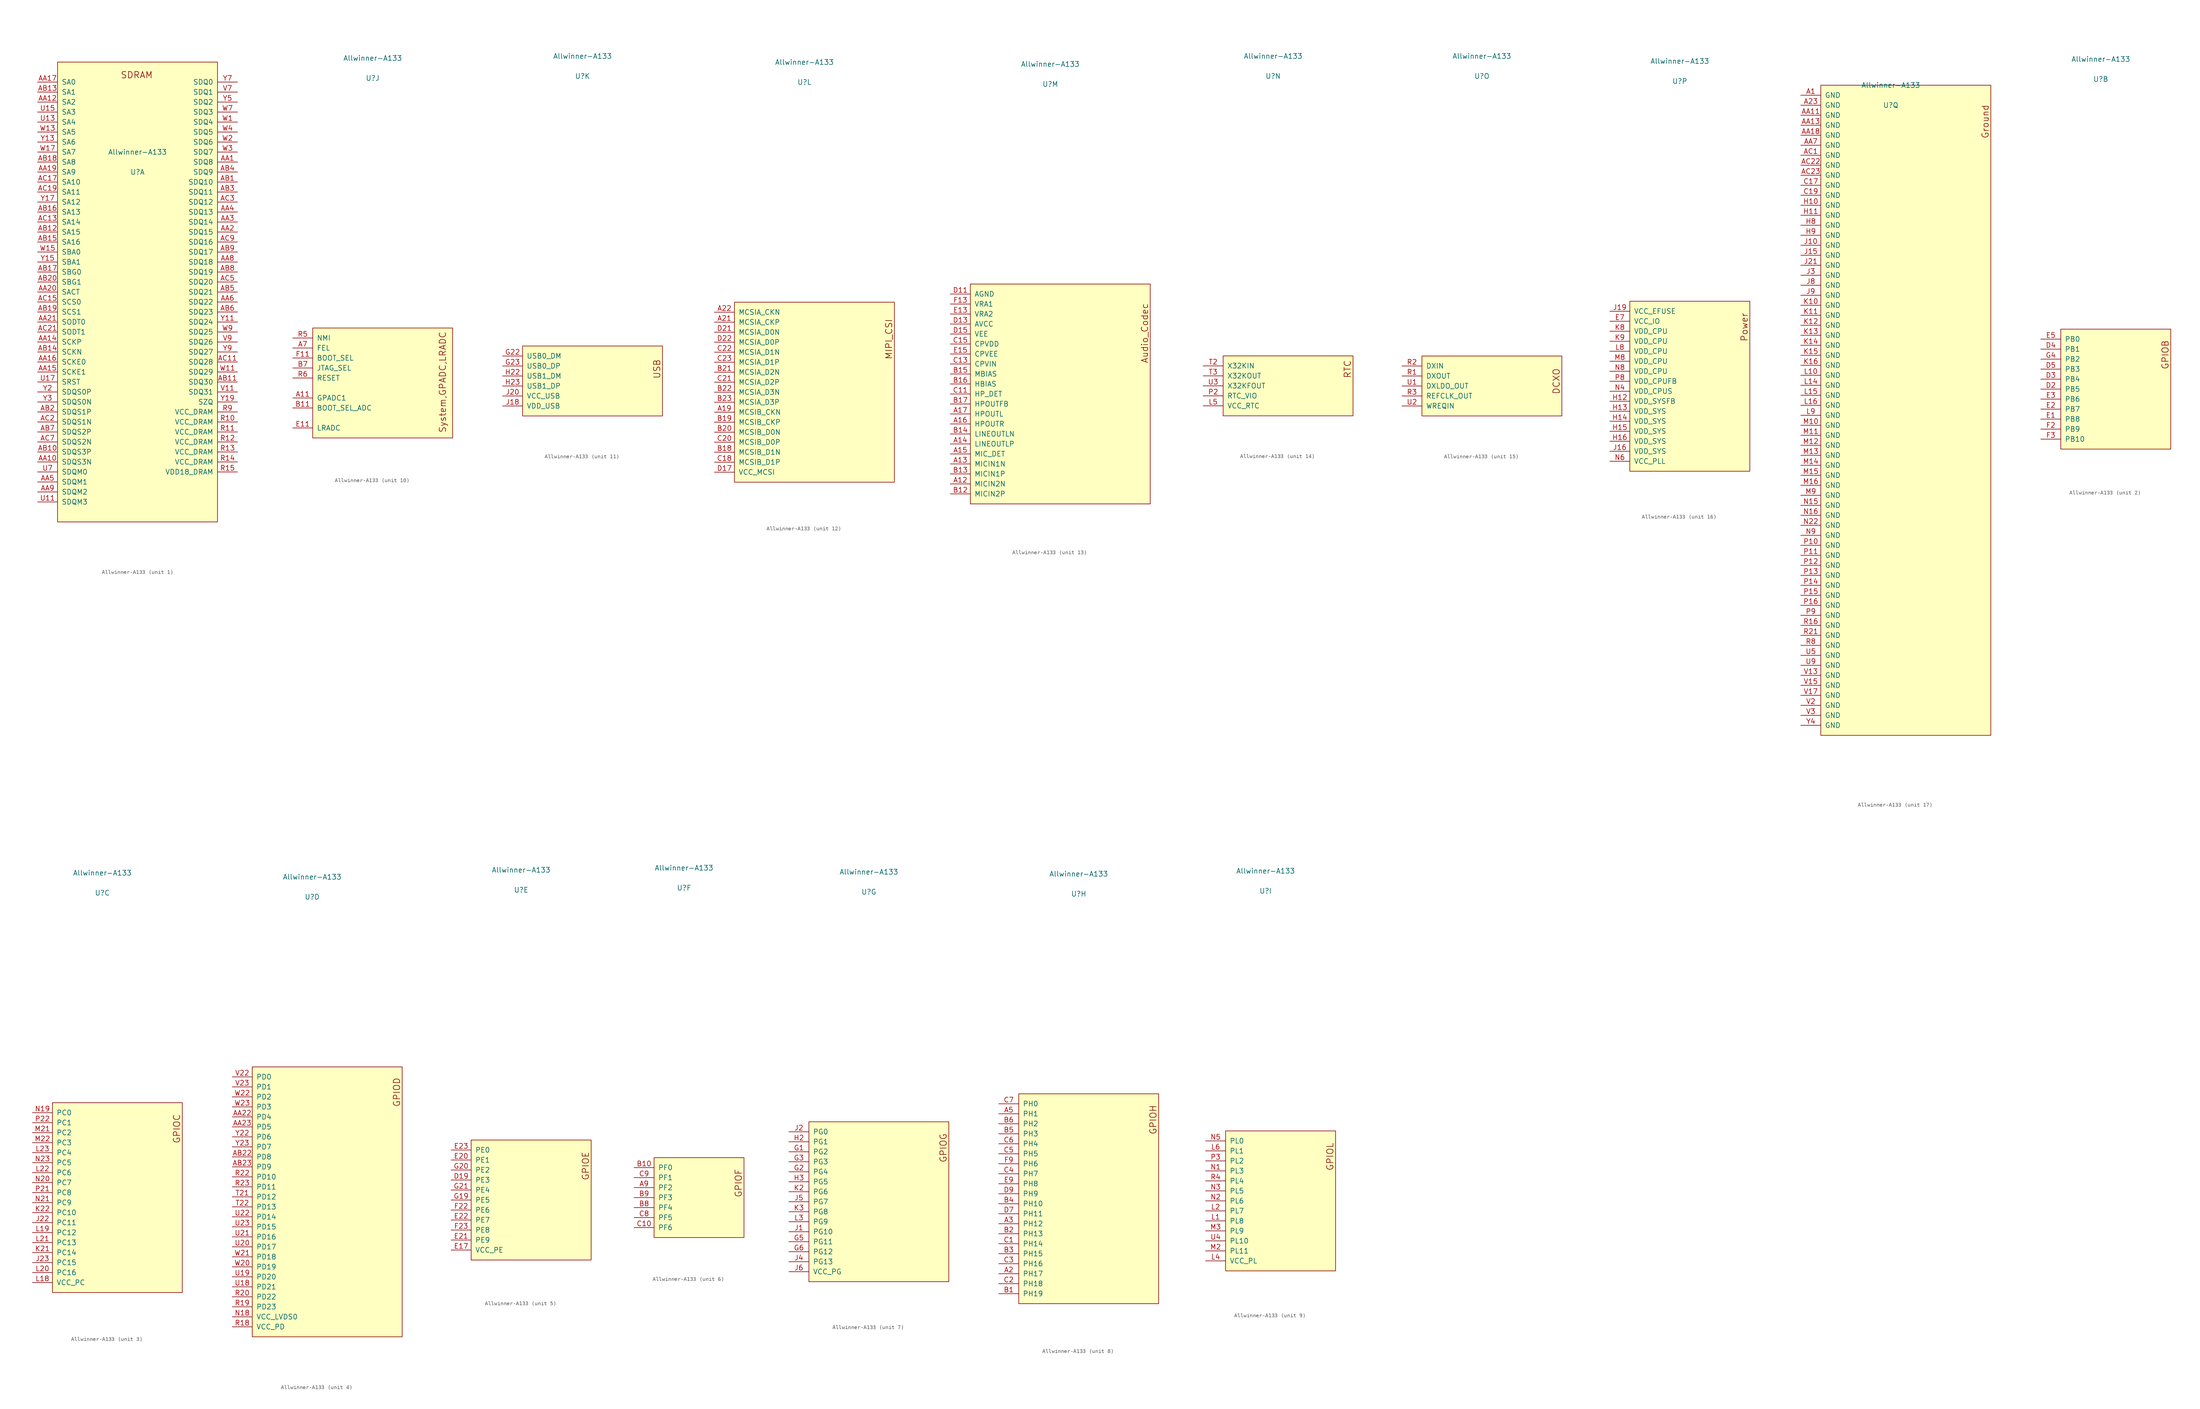
<source format=kicad_sym>
(kicad_symbol_lib
  (version 20211014)
  (generator kicad_symbol_editor)
  (symbol "Allwinner-A133"
    (pin_names
      (offset 1.016))
    (property "Reference" "U"
      (at 0 78.74 0)
      (effects (font (size 1.27 1.27))))
    (property "Value" "Allwinner-A133"
      (at 0 83.82 0)
      (effects (font (size 1.27 1.27))))
    (symbol "Allwinner-A133_1_1"
      (rectangle (start -20.32 106.68) (end 20.32 -10.16) (stroke (width 0.152) (type default) (color 0 0 0 0)) (fill (type background)))
      (text "SDRAM" (at -4.318 103.403 0) (effects (font (size 1.626 1.626)) (justify left)))
      (pin bidirectional line (at 25.4 81.28 180) (length 5.08) (name "SDQ8" (effects (font (size 1.27 1.27)))) (number "AA1" (effects (font (size 1.27 1.27)))))
      (pin bidirectional line (at -25.4 5.08 0) (length 5.08) (name "SDQS3N" (effects (font (size 1.27 1.27)))) (number "AA10" (effects (font (size 1.27 1.27)))))
      (pin bidirectional line (at -25.4 96.52 0) (length 5.08) (name "SA2" (effects (font (size 1.27 1.27)))) (number "AA12" (effects (font (size 1.27 1.27)))))
      (pin bidirectional line (at -25.4 35.56 0) (length 5.08) (name "SCKP" (effects (font (size 1.27 1.27)))) (number "AA14" (effects (font (size 1.27 1.27)))))
      (pin bidirectional line (at -25.4 27.94 0) (length 5.08) (name "SCKE1" (effects (font (size 1.27 1.27)))) (number "AA15" (effects (font (size 1.27 1.27)))))
      (pin bidirectional line (at -25.4 30.48 0) (length 5.08) (name "SCKE0" (effects (font (size 1.27 1.27)))) (number "AA16" (effects (font (size 1.27 1.27)))))
      (pin bidirectional line (at -25.4 101.6 0) (length 5.08) (name "SA0" (effects (font (size 1.27 1.27)))) (number "AA17" (effects (font (size 1.27 1.27)))))
      (pin bidirectional line (at -25.4 78.74 0) (length 5.08) (name "SA9" (effects (font (size 1.27 1.27)))) (number "AA19" (effects (font (size 1.27 1.27)))))
      (pin bidirectional line (at 25.4 63.5 180) (length 5.08) (name "SDQ15" (effects (font (size 1.27 1.27)))) (number "AA2" (effects (font (size 1.27 1.27)))))
      (pin bidirectional line (at -25.4 48.26 0) (length 5.08) (name "SACT" (effects (font (size 1.27 1.27)))) (number "AA20" (effects (font (size 1.27 1.27)))))
      (pin bidirectional line (at -25.4 40.64 0) (length 5.08) (name "SODT0" (effects (font (size 1.27 1.27)))) (number "AA21" (effects (font (size 1.27 1.27)))))
      (pin bidirectional line (at 25.4 66.04 180) (length 5.08) (name "SDQ14" (effects (font (size 1.27 1.27)))) (number "AA3" (effects (font (size 1.27 1.27)))))
      (pin bidirectional line (at 25.4 68.58 180) (length 5.08) (name "SDQ13" (effects (font (size 1.27 1.27)))) (number "AA4" (effects (font (size 1.27 1.27)))))
      (pin bidirectional line (at -25.4 0 0) (length 5.08) (name "SDQM1" (effects (font (size 1.27 1.27)))) (number "AA5" (effects (font (size 1.27 1.27)))))
      (pin bidirectional line (at 25.4 45.72 180) (length 5.08) (name "SDQ22" (effects (font (size 1.27 1.27)))) (number "AA6" (effects (font (size 1.27 1.27)))))
      (pin bidirectional line (at 25.4 55.88 180) (length 5.08) (name "SDQ18" (effects (font (size 1.27 1.27)))) (number "AA8" (effects (font (size 1.27 1.27)))))
      (pin bidirectional line (at -25.4 -2.54 0) (length 5.08) (name "SDQM2" (effects (font (size 1.27 1.27)))) (number "AA9" (effects (font (size 1.27 1.27)))))
      (pin bidirectional line (at 25.4 76.2 180) (length 5.08) (name "SDQ10" (effects (font (size 1.27 1.27)))) (number "AB1" (effects (font (size 1.27 1.27)))))
      (pin bidirectional line (at -25.4 7.62 0) (length 5.08) (name "SDQS3P" (effects (font (size 1.27 1.27)))) (number "AB10" (effects (font (size 1.27 1.27)))))
      (pin bidirectional line (at 25.4 25.4 180) (length 5.08) (name "SDQ30" (effects (font (size 1.27 1.27)))) (number "AB11" (effects (font (size 1.27 1.27)))))
      (pin bidirectional line (at -25.4 63.5 0) (length 5.08) (name "SA15" (effects (font (size 1.27 1.27)))) (number "AB12" (effects (font (size 1.27 1.27)))))
      (pin bidirectional line (at -25.4 99.06 0) (length 5.08) (name "SA1" (effects (font (size 1.27 1.27)))) (number "AB13" (effects (font (size 1.27 1.27)))))
      (pin bidirectional line (at -25.4 33.02 0) (length 5.08) (name "SCKN" (effects (font (size 1.27 1.27)))) (number "AB14" (effects (font (size 1.27 1.27)))))
      (pin bidirectional line (at -25.4 60.96 0) (length 5.08) (name "SA16" (effects (font (size 1.27 1.27)))) (number "AB15" (effects (font (size 1.27 1.27)))))
      (pin bidirectional line (at -25.4 68.58 0) (length 5.08) (name "SA13" (effects (font (size 1.27 1.27)))) (number "AB16" (effects (font (size 1.27 1.27)))))
      (pin bidirectional line (at -25.4 53.34 0) (length 5.08) (name "SBG0" (effects (font (size 1.27 1.27)))) (number "AB17" (effects (font (size 1.27 1.27)))))
      (pin bidirectional line (at -25.4 81.28 0) (length 5.08) (name "SA8" (effects (font (size 1.27 1.27)))) (number "AB18" (effects (font (size 1.27 1.27)))))
      (pin bidirectional line (at -25.4 43.18 0) (length 5.08) (name "SCS1" (effects (font (size 1.27 1.27)))) (number "AB19" (effects (font (size 1.27 1.27)))))
      (pin bidirectional line (at -25.4 17.78 0) (length 5.08) (name "SDQS1P" (effects (font (size 1.27 1.27)))) (number "AB2" (effects (font (size 1.27 1.27)))))
      (pin bidirectional line (at -25.4 50.8 0) (length 5.08) (name "SBG1" (effects (font (size 1.27 1.27)))) (number "AB20" (effects (font (size 1.27 1.27)))))
      (pin bidirectional line (at 25.4 73.66 180) (length 5.08) (name "SDQ11" (effects (font (size 1.27 1.27)))) (number "AB3" (effects (font (size 1.27 1.27)))))
      (pin bidirectional line (at 25.4 78.74 180) (length 5.08) (name "SDQ9" (effects (font (size 1.27 1.27)))) (number "AB4" (effects (font (size 1.27 1.27)))))
      (pin bidirectional line (at 25.4 48.26 180) (length 5.08) (name "SDQ21" (effects (font (size 1.27 1.27)))) (number "AB5" (effects (font (size 1.27 1.27)))))
      (pin bidirectional line (at 25.4 43.18 180) (length 5.08) (name "SDQ23" (effects (font (size 1.27 1.27)))) (number "AB6" (effects (font (size 1.27 1.27)))))
      (pin bidirectional line (at -25.4 12.7 0) (length 5.08) (name "SDQS2P" (effects (font (size 1.27 1.27)))) (number "AB7" (effects (font (size 1.27 1.27)))))
      (pin bidirectional line (at 25.4 53.34 180) (length 5.08) (name "SDQ19" (effects (font (size 1.27 1.27)))) (number "AB8" (effects (font (size 1.27 1.27)))))
      (pin bidirectional line (at 25.4 58.42 180) (length 5.08) (name "SDQ17" (effects (font (size 1.27 1.27)))) (number "AB9" (effects (font (size 1.27 1.27)))))
      (pin bidirectional line (at 25.4 30.48 180) (length 5.08) (name "SDQ28" (effects (font (size 1.27 1.27)))) (number "AC11" (effects (font (size 1.27 1.27)))))
      (pin bidirectional line (at -25.4 66.04 0) (length 5.08) (name "SA14" (effects (font (size 1.27 1.27)))) (number "AC13" (effects (font (size 1.27 1.27)))))
      (pin bidirectional line (at -25.4 45.72 0) (length 5.08) (name "SCS0" (effects (font (size 1.27 1.27)))) (number "AC15" (effects (font (size 1.27 1.27)))))
      (pin bidirectional line (at -25.4 76.2 0) (length 5.08) (name "SA10" (effects (font (size 1.27 1.27)))) (number "AC17" (effects (font (size 1.27 1.27)))))
      (pin bidirectional line (at -25.4 73.66 0) (length 5.08) (name "SA11" (effects (font (size 1.27 1.27)))) (number "AC19" (effects (font (size 1.27 1.27)))))
      (pin bidirectional line (at -25.4 15.24 0) (length 5.08) (name "SDQS1N" (effects (font (size 1.27 1.27)))) (number "AC2" (effects (font (size 1.27 1.27)))))
      (pin bidirectional line (at -25.4 38.1 0) (length 5.08) (name "SODT1" (effects (font (size 1.27 1.27)))) (number "AC21" (effects (font (size 1.27 1.27)))))
      (pin bidirectional line (at 25.4 71.12 180) (length 5.08) (name "SDQ12" (effects (font (size 1.27 1.27)))) (number "AC3" (effects (font (size 1.27 1.27)))))
      (pin bidirectional line (at 25.4 50.8 180) (length 5.08) (name "SDQ20" (effects (font (size 1.27 1.27)))) (number "AC5" (effects (font (size 1.27 1.27)))))
      (pin bidirectional line (at -25.4 10.16 0) (length 5.08) (name "SDQS2N" (effects (font (size 1.27 1.27)))) (number "AC7" (effects (font (size 1.27 1.27)))))
      (pin bidirectional line (at 25.4 60.96 180) (length 5.08) (name "SDQ16" (effects (font (size 1.27 1.27)))) (number "AC9" (effects (font (size 1.27 1.27)))))
      (pin bidirectional line (at 25.4 15.24 180) (length 5.08) (name "VCC_DRAM" (effects (font (size 1.27 1.27)))) (number "R10" (effects (font (size 1.27 1.27)))))
      (pin bidirectional line (at 25.4 12.7 180) (length 5.08) (name "VCC_DRAM" (effects (font (size 1.27 1.27)))) (number "R11" (effects (font (size 1.27 1.27)))))
      (pin bidirectional line (at 25.4 10.16 180) (length 5.08) (name "VCC_DRAM" (effects (font (size 1.27 1.27)))) (number "R12" (effects (font (size 1.27 1.27)))))
      (pin bidirectional line (at 25.4 7.62 180) (length 5.08) (name "VCC_DRAM" (effects (font (size 1.27 1.27)))) (number "R13" (effects (font (size 1.27 1.27)))))
      (pin bidirectional line (at 25.4 5.08 180) (length 5.08) (name "VCC_DRAM" (effects (font (size 1.27 1.27)))) (number "R14" (effects (font (size 1.27 1.27)))))
      (pin bidirectional line (at 25.4 2.54 180) (length 5.08) (name "VDD18_DRAM" (effects (font (size 1.27 1.27)))) (number "R15" (effects (font (size 1.27 1.27)))))
      (pin bidirectional line (at 25.4 17.78 180) (length 5.08) (name "VCC_DRAM" (effects (font (size 1.27 1.27)))) (number "R9" (effects (font (size 1.27 1.27)))))
      (pin bidirectional line (at -25.4 -5.08 0) (length 5.08) (name "SDQM3" (effects (font (size 1.27 1.27)))) (number "U11" (effects (font (size 1.27 1.27)))))
      (pin bidirectional line (at -25.4 91.44 0) (length 5.08) (name "SA4" (effects (font (size 1.27 1.27)))) (number "U13" (effects (font (size 1.27 1.27)))))
      (pin bidirectional line (at -25.4 93.98 0) (length 5.08) (name "SA3" (effects (font (size 1.27 1.27)))) (number "U15" (effects (font (size 1.27 1.27)))))
      (pin bidirectional line (at -25.4 25.4 0) (length 5.08) (name "SRST" (effects (font (size 1.27 1.27)))) (number "U17" (effects (font (size 1.27 1.27)))))
      (pin bidirectional line (at -25.4 2.54 0) (length 5.08) (name "SDQM0" (effects (font (size 1.27 1.27)))) (number "U7" (effects (font (size 1.27 1.27)))))
      (pin bidirectional line (at 25.4 22.86 180) (length 5.08) (name "SDQ31" (effects (font (size 1.27 1.27)))) (number "V11" (effects (font (size 1.27 1.27)))))
      (pin bidirectional line (at 25.4 99.06 180) (length 5.08) (name "SDQ1" (effects (font (size 1.27 1.27)))) (number "V7" (effects (font (size 1.27 1.27)))))
      (pin bidirectional line (at 25.4 35.56 180) (length 5.08) (name "SDQ26" (effects (font (size 1.27 1.27)))) (number "V9" (effects (font (size 1.27 1.27)))))
      (pin bidirectional line (at 25.4 91.44 180) (length 5.08) (name "SDQ4" (effects (font (size 1.27 1.27)))) (number "W1" (effects (font (size 1.27 1.27)))))
      (pin bidirectional line (at 25.4 27.94 180) (length 5.08) (name "SDQ29" (effects (font (size 1.27 1.27)))) (number "W11" (effects (font (size 1.27 1.27)))))
      (pin bidirectional line (at -25.4 88.9 0) (length 5.08) (name "SA5" (effects (font (size 1.27 1.27)))) (number "W13" (effects (font (size 1.27 1.27)))))
      (pin bidirectional line (at -25.4 58.42 0) (length 5.08) (name "SBA0" (effects (font (size 1.27 1.27)))) (number "W15" (effects (font (size 1.27 1.27)))))
      (pin bidirectional line (at -25.4 83.82 0) (length 5.08) (name "SA7" (effects (font (size 1.27 1.27)))) (number "W17" (effects (font (size 1.27 1.27)))))
      (pin bidirectional line (at 25.4 86.36 180) (length 5.08) (name "SDQ6" (effects (font (size 1.27 1.27)))) (number "W2" (effects (font (size 1.27 1.27)))))
      (pin bidirectional line (at 25.4 83.82 180) (length 5.08) (name "SDQ7" (effects (font (size 1.27 1.27)))) (number "W3" (effects (font (size 1.27 1.27)))))
      (pin bidirectional line (at 25.4 88.9 180) (length 5.08) (name "SDQ5" (effects (font (size 1.27 1.27)))) (number "W4" (effects (font (size 1.27 1.27)))))
      (pin bidirectional line (at 25.4 93.98 180) (length 5.08) (name "SDQ3" (effects (font (size 1.27 1.27)))) (number "W7" (effects (font (size 1.27 1.27)))))
      (pin bidirectional line (at 25.4 38.1 180) (length 5.08) (name "SDQ25" (effects (font (size 1.27 1.27)))) (number "W9" (effects (font (size 1.27 1.27)))))
      (pin bidirectional line (at 25.4 40.64 180) (length 5.08) (name "SDQ24" (effects (font (size 1.27 1.27)))) (number "Y11" (effects (font (size 1.27 1.27)))))
      (pin bidirectional line (at -25.4 86.36 0) (length 5.08) (name "SA6" (effects (font (size 1.27 1.27)))) (number "Y13" (effects (font (size 1.27 1.27)))))
      (pin bidirectional line (at -25.4 55.88 0) (length 5.08) (name "SBA1" (effects (font (size 1.27 1.27)))) (number "Y15" (effects (font (size 1.27 1.27)))))
      (pin bidirectional line (at -25.4 71.12 0) (length 5.08) (name "SA12" (effects (font (size 1.27 1.27)))) (number "Y17" (effects (font (size 1.27 1.27)))))
      (pin bidirectional line (at 25.4 20.32 180) (length 5.08) (name "SZQ" (effects (font (size 1.27 1.27)))) (number "Y19" (effects (font (size 1.27 1.27)))))
      (pin bidirectional line (at -25.4 22.86 0) (length 5.08) (name "SDQS0P" (effects (font (size 1.27 1.27)))) (number "Y2" (effects (font (size 1.27 1.27)))))
      (pin bidirectional line (at -25.4 20.32 0) (length 5.08) (name "SDQS0N" (effects (font (size 1.27 1.27)))) (number "Y3" (effects (font (size 1.27 1.27)))))
      (pin bidirectional line (at 25.4 96.52 180) (length 5.08) (name "SDQ2" (effects (font (size 1.27 1.27)))) (number "Y5" (effects (font (size 1.27 1.27)))))
      (pin bidirectional line (at 25.4 101.6 180) (length 5.08) (name "SDQ0" (effects (font (size 1.27 1.27)))) (number "Y7" (effects (font (size 1.27 1.27)))))
      (pin bidirectional line (at 25.4 33.02 180) (length 5.08) (name "SDQ27" (effects (font (size 1.27 1.27)))) (number "Y9" (effects (font (size 1.27 1.27))))))
    (symbol "Allwinner-A133_2_1"
      (rectangle (start -10.16 15.24) (end 17.78 -15.24) (stroke (width 0.152) (type default) (color 0 0 0 0)) (fill (type background)))
      (text "GPIOB" (at 16.383 4.953 900) (effects (font (size 1.626 1.626)) (justify left)))
      (pin bidirectional line (at -15.24 0 0) (length 5.08) (name "PB5" (effects (font (size 1.27 1.27)))) (number "D2" (effects (font (size 1.27 1.27)))))
      (pin bidirectional line (at -15.24 2.54 0) (length 5.08) (name "PB4" (effects (font (size 1.27 1.27)))) (number "D3" (effects (font (size 1.27 1.27)))))
      (pin bidirectional line (at -15.24 10.16 0) (length 5.08) (name "PB1" (effects (font (size 1.27 1.27)))) (number "D4" (effects (font (size 1.27 1.27)))))
      (pin bidirectional line (at -15.24 5.08 0) (length 5.08) (name "PB3" (effects (font (size 1.27 1.27)))) (number "D5" (effects (font (size 1.27 1.27)))))
      (pin bidirectional line (at -15.24 -7.62 0) (length 5.08) (name "PB8" (effects (font (size 1.27 1.27)))) (number "E1" (effects (font (size 1.27 1.27)))))
      (pin bidirectional line (at -15.24 -5.08 0) (length 5.08) (name "PB7" (effects (font (size 1.27 1.27)))) (number "E2" (effects (font (size 1.27 1.27)))))
      (pin bidirectional line (at -15.24 -2.54 0) (length 5.08) (name "PB6" (effects (font (size 1.27 1.27)))) (number "E3" (effects (font (size 1.27 1.27)))))
      (pin bidirectional line (at -15.24 12.7 0) (length 5.08) (name "PB0" (effects (font (size 1.27 1.27)))) (number "E5" (effects (font (size 1.27 1.27)))))
      (pin bidirectional line (at -15.24 -10.16 0) (length 5.08) (name "PB9" (effects (font (size 1.27 1.27)))) (number "F2" (effects (font (size 1.27 1.27)))))
      (pin bidirectional line (at -15.24 -12.7 0) (length 5.08) (name "PB10" (effects (font (size 1.27 1.27)))) (number "F3" (effects (font (size 1.27 1.27)))))
      (pin bidirectional line (at -15.24 7.62 0) (length 5.08) (name "PB2" (effects (font (size 1.27 1.27)))) (number "G4" (effects (font (size 1.27 1.27))))))
    (symbol "Allwinner-A133_3_1"
      (rectangle (start -12.7 25.4) (end 20.32 -22.86) (stroke (width 0.152) (type default) (color 0 0 0 0)) (fill (type background)))
      (text "GPIOC" (at 18.923 14.986 900) (effects (font (size 1.626 1.626)) (justify left)))
      (pin bidirectional line (at -17.78 -5.08 0) (length 5.08) (name "PC11" (effects (font (size 1.27 1.27)))) (number "J22" (effects (font (size 1.27 1.27)))))
      (pin bidirectional line (at -17.78 -15.24 0) (length 5.08) (name "PC15" (effects (font (size 1.27 1.27)))) (number "J23" (effects (font (size 1.27 1.27)))))
      (pin bidirectional line (at -17.78 -12.7 0) (length 5.08) (name "PC14" (effects (font (size 1.27 1.27)))) (number "K21" (effects (font (size 1.27 1.27)))))
      (pin bidirectional line (at -17.78 -2.54 0) (length 5.08) (name "PC10" (effects (font (size 1.27 1.27)))) (number "K22" (effects (font (size 1.27 1.27)))))
      (pin bidirectional line (at -17.78 -20.32 0) (length 5.08) (name "VCC_PC" (effects (font (size 1.27 1.27)))) (number "L18" (effects (font (size 1.27 1.27)))))
      (pin bidirectional line (at -17.78 -7.62 0) (length 5.08) (name "PC12" (effects (font (size 1.27 1.27)))) (number "L19" (effects (font (size 1.27 1.27)))))
      (pin bidirectional line (at -17.78 -17.78 0) (length 5.08) (name "PC16" (effects (font (size 1.27 1.27)))) (number "L20" (effects (font (size 1.27 1.27)))))
      (pin bidirectional line (at -17.78 -10.16 0) (length 5.08) (name "PC13" (effects (font (size 1.27 1.27)))) (number "L21" (effects (font (size 1.27 1.27)))))
      (pin bidirectional line (at -17.78 7.62 0) (length 5.08) (name "PC6" (effects (font (size 1.27 1.27)))) (number "L22" (effects (font (size 1.27 1.27)))))
      (pin bidirectional line (at -17.78 12.7 0) (length 5.08) (name "PC4" (effects (font (size 1.27 1.27)))) (number "L23" (effects (font (size 1.27 1.27)))))
      (pin bidirectional line (at -17.78 17.78 0) (length 5.08) (name "PC2" (effects (font (size 1.27 1.27)))) (number "M21" (effects (font (size 1.27 1.27)))))
      (pin bidirectional line (at -17.78 15.24 0) (length 5.08) (name "PC3" (effects (font (size 1.27 1.27)))) (number "M22" (effects (font (size 1.27 1.27)))))
      (pin bidirectional line (at -17.78 22.86 0) (length 5.08) (name "PC0" (effects (font (size 1.27 1.27)))) (number "N19" (effects (font (size 1.27 1.27)))))
      (pin bidirectional line (at -17.78 5.08 0) (length 5.08) (name "PC7" (effects (font (size 1.27 1.27)))) (number "N20" (effects (font (size 1.27 1.27)))))
      (pin bidirectional line (at -17.78 0 0) (length 5.08) (name "PC9" (effects (font (size 1.27 1.27)))) (number "N21" (effects (font (size 1.27 1.27)))))
      (pin bidirectional line (at -17.78 10.16 0) (length 5.08) (name "PC5" (effects (font (size 1.27 1.27)))) (number "N23" (effects (font (size 1.27 1.27)))))
      (pin bidirectional line (at -17.78 2.54 0) (length 5.08) (name "PC8" (effects (font (size 1.27 1.27)))) (number "P21" (effects (font (size 1.27 1.27)))))
      (pin bidirectional line (at -17.78 20.32 0) (length 5.08) (name "PC1" (effects (font (size 1.27 1.27)))) (number "P22" (effects (font (size 1.27 1.27))))))
    (symbol "Allwinner-A133_4_1"
      (rectangle (start -15.24 35.56) (end 22.86 -33.02) (stroke (width 0.152) (type default) (color 0 0 0 0)) (fill (type background)))
      (text "GPIOD" (at 21.488 25.349 900) (effects (font (size 1.626 1.626)) (justify left)))
      (pin bidirectional line (at -20.32 22.86 0) (length 5.08) (name "PD4" (effects (font (size 1.27 1.27)))) (number "AA22" (effects (font (size 1.27 1.27)))))
      (pin bidirectional line (at -20.32 20.32 0) (length 5.08) (name "PD5" (effects (font (size 1.27 1.27)))) (number "AA23" (effects (font (size 1.27 1.27)))))
      (pin bidirectional line (at -20.32 12.7 0) (length 5.08) (name "PD8" (effects (font (size 1.27 1.27)))) (number "AB22" (effects (font (size 1.27 1.27)))))
      (pin bidirectional line (at -20.32 10.16 0) (length 5.08) (name "PD9" (effects (font (size 1.27 1.27)))) (number "AB23" (effects (font (size 1.27 1.27)))))
      (pin bidirectional line (at -20.32 -27.94 0) (length 5.08) (name "VCC_LVDS0" (effects (font (size 1.27 1.27)))) (number "N18" (effects (font (size 1.27 1.27)))))
      (pin bidirectional line (at -20.32 -30.48 0) (length 5.08) (name "VCC_PD" (effects (font (size 1.27 1.27)))) (number "R18" (effects (font (size 1.27 1.27)))))
      (pin bidirectional line (at -20.32 -25.4 0) (length 5.08) (name "PD23" (effects (font (size 1.27 1.27)))) (number "R19" (effects (font (size 1.27 1.27)))))
      (pin bidirectional line (at -20.32 -22.86 0) (length 5.08) (name "PD22" (effects (font (size 1.27 1.27)))) (number "R20" (effects (font (size 1.27 1.27)))))
      (pin bidirectional line (at -20.32 7.62 0) (length 5.08) (name "PD10" (effects (font (size 1.27 1.27)))) (number "R22" (effects (font (size 1.27 1.27)))))
      (pin bidirectional line (at -20.32 5.08 0) (length 5.08) (name "PD11" (effects (font (size 1.27 1.27)))) (number "R23" (effects (font (size 1.27 1.27)))))
      (pin bidirectional line (at -20.32 2.54 0) (length 5.08) (name "PD12" (effects (font (size 1.27 1.27)))) (number "T21" (effects (font (size 1.27 1.27)))))
      (pin bidirectional line (at -20.32 0 0) (length 5.08) (name "PD13" (effects (font (size 1.27 1.27)))) (number "T22" (effects (font (size 1.27 1.27)))))
      (pin bidirectional line (at -20.32 -20.32 0) (length 5.08) (name "PD21" (effects (font (size 1.27 1.27)))) (number "U18" (effects (font (size 1.27 1.27)))))
      (pin bidirectional line (at -20.32 -17.78 0) (length 5.08) (name "PD20" (effects (font (size 1.27 1.27)))) (number "U19" (effects (font (size 1.27 1.27)))))
      (pin bidirectional line (at -20.32 -10.16 0) (length 5.08) (name "PD17" (effects (font (size 1.27 1.27)))) (number "U20" (effects (font (size 1.27 1.27)))))
      (pin bidirectional line (at -20.32 -7.62 0) (length 5.08) (name "PD16" (effects (font (size 1.27 1.27)))) (number "U21" (effects (font (size 1.27 1.27)))))
      (pin bidirectional line (at -20.32 -2.54 0) (length 5.08) (name "PD14" (effects (font (size 1.27 1.27)))) (number "U22" (effects (font (size 1.27 1.27)))))
      (pin bidirectional line (at -20.32 -5.08 0) (length 5.08) (name "PD15" (effects (font (size 1.27 1.27)))) (number "U23" (effects (font (size 1.27 1.27)))))
      (pin bidirectional line (at -20.32 33.02 0) (length 5.08) (name "PD0" (effects (font (size 1.27 1.27)))) (number "V22" (effects (font (size 1.27 1.27)))))
      (pin bidirectional line (at -20.32 30.48 0) (length 5.08) (name "PD1" (effects (font (size 1.27 1.27)))) (number "V23" (effects (font (size 1.27 1.27)))))
      (pin bidirectional line (at -20.32 -15.24 0) (length 5.08) (name "PD19" (effects (font (size 1.27 1.27)))) (number "W20" (effects (font (size 1.27 1.27)))))
      (pin bidirectional line (at -20.32 -12.7 0) (length 5.08) (name "PD18" (effects (font (size 1.27 1.27)))) (number "W21" (effects (font (size 1.27 1.27)))))
      (pin bidirectional line (at -20.32 27.94 0) (length 5.08) (name "PD2" (effects (font (size 1.27 1.27)))) (number "W22" (effects (font (size 1.27 1.27)))))
      (pin bidirectional line (at -20.32 25.4 0) (length 5.08) (name "PD3" (effects (font (size 1.27 1.27)))) (number "W23" (effects (font (size 1.27 1.27)))))
      (pin bidirectional line (at -20.32 17.78 0) (length 5.08) (name "PD6" (effects (font (size 1.27 1.27)))) (number "Y22" (effects (font (size 1.27 1.27)))))
      (pin bidirectional line (at -20.32 15.24 0) (length 5.08) (name "PD7" (effects (font (size 1.27 1.27)))) (number "Y23" (effects (font (size 1.27 1.27))))))
    (symbol "Allwinner-A133_5_1"
      (rectangle (start -12.7 15.24) (end 17.78 -15.24) (stroke (width 0.152) (type default) (color 0 0 0 0)) (fill (type background)))
      (text "GPIOE" (at 16.383 4.953 900) (effects (font (size 1.626 1.626)) (justify left)))
      (pin bidirectional line (at -17.78 5.08 0) (length 5.08) (name "PE3" (effects (font (size 1.27 1.27)))) (number "D19" (effects (font (size 1.27 1.27)))))
      (pin bidirectional line (at -17.78 -12.7 0) (length 5.08) (name "VCC_PE" (effects (font (size 1.27 1.27)))) (number "E17" (effects (font (size 1.27 1.27)))))
      (pin bidirectional line (at -17.78 10.16 0) (length 5.08) (name "PE1" (effects (font (size 1.27 1.27)))) (number "E20" (effects (font (size 1.27 1.27)))))
      (pin bidirectional line (at -17.78 -10.16 0) (length 5.08) (name "PE9" (effects (font (size 1.27 1.27)))) (number "E21" (effects (font (size 1.27 1.27)))))
      (pin bidirectional line (at -17.78 -5.08 0) (length 5.08) (name "PE7" (effects (font (size 1.27 1.27)))) (number "E22" (effects (font (size 1.27 1.27)))))
      (pin bidirectional line (at -17.78 12.7 0) (length 5.08) (name "PE0" (effects (font (size 1.27 1.27)))) (number "E23" (effects (font (size 1.27 1.27)))))
      (pin bidirectional line (at -17.78 -2.54 0) (length 5.08) (name "PE6" (effects (font (size 1.27 1.27)))) (number "F22" (effects (font (size 1.27 1.27)))))
      (pin bidirectional line (at -17.78 -7.62 0) (length 5.08) (name "PE8" (effects (font (size 1.27 1.27)))) (number "F23" (effects (font (size 1.27 1.27)))))
      (pin bidirectional line (at -17.78 0 0) (length 5.08) (name "PE5" (effects (font (size 1.27 1.27)))) (number "G19" (effects (font (size 1.27 1.27)))))
      (pin bidirectional line (at -17.78 7.62 0) (length 5.08) (name "PE2" (effects (font (size 1.27 1.27)))) (number "G20" (effects (font (size 1.27 1.27)))))
      (pin bidirectional line (at -17.78 2.54 0) (length 5.08) (name "PE4" (effects (font (size 1.27 1.27)))) (number "G21" (effects (font (size 1.27 1.27))))))
    (symbol "Allwinner-A133_6_1"
      (rectangle (start -7.62 10.16) (end 15.24 -10.16) (stroke (width 0.152) (type default) (color 0 0 0 0)) (fill (type background)))
      (text "GPIOF" (at 13.843 0 900) (effects (font (size 1.626 1.626)) (justify left)))
      (pin bidirectional line (at -12.7 2.54 0) (length 5.08) (name "PF2" (effects (font (size 1.27 1.27)))) (number "A9" (effects (font (size 1.27 1.27)))))
      (pin bidirectional line (at -12.7 7.62 0) (length 5.08) (name "PF0" (effects (font (size 1.27 1.27)))) (number "B10" (effects (font (size 1.27 1.27)))))
      (pin bidirectional line (at -12.7 -2.54 0) (length 5.08) (name "PF4" (effects (font (size 1.27 1.27)))) (number "B8" (effects (font (size 1.27 1.27)))))
      (pin bidirectional line (at -12.7 0 0) (length 5.08) (name "PF3" (effects (font (size 1.27 1.27)))) (number "B9" (effects (font (size 1.27 1.27)))))
      (pin bidirectional line (at -12.7 -7.62 0) (length 5.08) (name "PF6" (effects (font (size 1.27 1.27)))) (number "C10" (effects (font (size 1.27 1.27)))))
      (pin bidirectional line (at -12.7 -5.08 0) (length 5.08) (name "PF5" (effects (font (size 1.27 1.27)))) (number "C8" (effects (font (size 1.27 1.27)))))
      (pin bidirectional line (at -12.7 5.08 0) (length 5.08) (name "PF1" (effects (font (size 1.27 1.27)))) (number "C9" (effects (font (size 1.27 1.27))))))
    (symbol "Allwinner-A133_7_1"
      (rectangle (start -15.24 20.32) (end 20.32 -20.32) (stroke (width 0.152) (type default) (color 0 0 0 0)) (fill (type background)))
      (text "GPIOG" (at 18.923 9.906 900) (effects (font (size 1.626 1.626)) (justify left)))
      (pin bidirectional line (at -20.32 12.7 0) (length 5.08) (name "PG2" (effects (font (size 1.27 1.27)))) (number "G1" (effects (font (size 1.27 1.27)))))
      (pin bidirectional line (at -20.32 7.62 0) (length 5.08) (name "PG4" (effects (font (size 1.27 1.27)))) (number "G2" (effects (font (size 1.27 1.27)))))
      (pin bidirectional line (at -20.32 10.16 0) (length 5.08) (name "PG3" (effects (font (size 1.27 1.27)))) (number "G3" (effects (font (size 1.27 1.27)))))
      (pin bidirectional line (at -20.32 -10.16 0) (length 5.08) (name "PG11" (effects (font (size 1.27 1.27)))) (number "G5" (effects (font (size 1.27 1.27)))))
      (pin bidirectional line (at -20.32 -12.7 0) (length 5.08) (name "PG12" (effects (font (size 1.27 1.27)))) (number "G6" (effects (font (size 1.27 1.27)))))
      (pin bidirectional line (at -20.32 15.24 0) (length 5.08) (name "PG1" (effects (font (size 1.27 1.27)))) (number "H2" (effects (font (size 1.27 1.27)))))
      (pin bidirectional line (at -20.32 5.08 0) (length 5.08) (name "PG5" (effects (font (size 1.27 1.27)))) (number "H3" (effects (font (size 1.27 1.27)))))
      (pin bidirectional line (at -20.32 -7.62 0) (length 5.08) (name "PG10" (effects (font (size 1.27 1.27)))) (number "J1" (effects (font (size 1.27 1.27)))))
      (pin bidirectional line (at -20.32 17.78 0) (length 5.08) (name "PG0" (effects (font (size 1.27 1.27)))) (number "J2" (effects (font (size 1.27 1.27)))))
      (pin bidirectional line (at -20.32 -15.24 0) (length 5.08) (name "PG13" (effects (font (size 1.27 1.27)))) (number "J4" (effects (font (size 1.27 1.27)))))
      (pin bidirectional line (at -20.32 0 0) (length 5.08) (name "PG7" (effects (font (size 1.27 1.27)))) (number "J5" (effects (font (size 1.27 1.27)))))
      (pin bidirectional line (at -20.32 -17.78 0) (length 5.08) (name "VCC_PG" (effects (font (size 1.27 1.27)))) (number "J6" (effects (font (size 1.27 1.27)))))
      (pin bidirectional line (at -20.32 2.54 0) (length 5.08) (name "PG6" (effects (font (size 1.27 1.27)))) (number "K2" (effects (font (size 1.27 1.27)))))
      (pin bidirectional line (at -20.32 -2.54 0) (length 5.08) (name "PG8" (effects (font (size 1.27 1.27)))) (number "K3" (effects (font (size 1.27 1.27)))))
      (pin bidirectional line (at -20.32 -5.08 0) (length 5.08) (name "PG9" (effects (font (size 1.27 1.27)))) (number "L3" (effects (font (size 1.27 1.27))))))
    (symbol "Allwinner-A133_8_1"
      (rectangle (start -15.24 27.94) (end 20.32 -25.4) (stroke (width 0.152) (type default) (color 0 0 0 0)) (fill (type background)))
      (text "GPIOH" (at 18.923 17.526 900) (effects (font (size 1.626 1.626)) (justify left)))
      (pin bidirectional line (at -20.32 -17.78 0) (length 5.08) (name "PH17" (effects (font (size 1.27 1.27)))) (number "A2" (effects (font (size 1.27 1.27)))))
      (pin bidirectional line (at -20.32 -5.08 0) (length 5.08) (name "PH12" (effects (font (size 1.27 1.27)))) (number "A3" (effects (font (size 1.27 1.27)))))
      (pin bidirectional line (at -20.32 22.86 0) (length 5.08) (name "PH1" (effects (font (size 1.27 1.27)))) (number "A5" (effects (font (size 1.27 1.27)))))
      (pin bidirectional line (at -20.32 -22.86 0) (length 5.08) (name "PH19" (effects (font (size 1.27 1.27)))) (number "B1" (effects (font (size 1.27 1.27)))))
      (pin bidirectional line (at -20.32 -7.62 0) (length 5.08) (name "PH13" (effects (font (size 1.27 1.27)))) (number "B2" (effects (font (size 1.27 1.27)))))
      (pin bidirectional line (at -20.32 -12.7 0) (length 5.08) (name "PH15" (effects (font (size 1.27 1.27)))) (number "B3" (effects (font (size 1.27 1.27)))))
      (pin bidirectional line (at -20.32 0 0) (length 5.08) (name "PH10" (effects (font (size 1.27 1.27)))) (number "B4" (effects (font (size 1.27 1.27)))))
      (pin bidirectional line (at -20.32 17.78 0) (length 5.08) (name "PH3" (effects (font (size 1.27 1.27)))) (number "B5" (effects (font (size 1.27 1.27)))))
      (pin bidirectional line (at -20.32 20.32 0) (length 5.08) (name "PH2" (effects (font (size 1.27 1.27)))) (number "B6" (effects (font (size 1.27 1.27)))))
      (pin bidirectional line (at -20.32 -10.16 0) (length 5.08) (name "PH14" (effects (font (size 1.27 1.27)))) (number "C1" (effects (font (size 1.27 1.27)))))
      (pin bidirectional line (at -20.32 -20.32 0) (length 5.08) (name "PH18" (effects (font (size 1.27 1.27)))) (number "C2" (effects (font (size 1.27 1.27)))))
      (pin bidirectional line (at -20.32 -15.24 0) (length 5.08) (name "PH16" (effects (font (size 1.27 1.27)))) (number "C3" (effects (font (size 1.27 1.27)))))
      (pin bidirectional line (at -20.32 7.62 0) (length 5.08) (name "PH7" (effects (font (size 1.27 1.27)))) (number "C4" (effects (font (size 1.27 1.27)))))
      (pin bidirectional line (at -20.32 12.7 0) (length 5.08) (name "PH5" (effects (font (size 1.27 1.27)))) (number "C5" (effects (font (size 1.27 1.27)))))
      (pin bidirectional line (at -20.32 15.24 0) (length 5.08) (name "PH4" (effects (font (size 1.27 1.27)))) (number "C6" (effects (font (size 1.27 1.27)))))
      (pin bidirectional line (at -20.32 25.4 0) (length 5.08) (name "PH0" (effects (font (size 1.27 1.27)))) (number "C7" (effects (font (size 1.27 1.27)))))
      (pin bidirectional line (at -20.32 -2.54 0) (length 5.08) (name "PH11" (effects (font (size 1.27 1.27)))) (number "D7" (effects (font (size 1.27 1.27)))))
      (pin bidirectional line (at -20.32 2.54 0) (length 5.08) (name "PH9" (effects (font (size 1.27 1.27)))) (number "D9" (effects (font (size 1.27 1.27)))))
      (pin bidirectional line (at -20.32 5.08 0) (length 5.08) (name "PH8" (effects (font (size 1.27 1.27)))) (number "E9" (effects (font (size 1.27 1.27)))))
      (pin bidirectional line (at -20.32 10.16 0) (length 5.08) (name "PH6" (effects (font (size 1.27 1.27)))) (number "F9" (effects (font (size 1.27 1.27))))))
    (symbol "Allwinner-A133_9_1"
      (rectangle (start -10.16 17.78) (end 17.78 -17.78) (stroke (width 0.152) (type default) (color 0 0 0 0)) (fill (type background)))
      (text "GPIOL" (at 16.383 7.62 900) (effects (font (size 1.626 1.626)) (justify left)))
      (pin bidirectional line (at -15.24 -5.08 0) (length 5.08) (name "PL8" (effects (font (size 1.27 1.27)))) (number "L1" (effects (font (size 1.27 1.27)))))
      (pin bidirectional line (at -15.24 -2.54 0) (length 5.08) (name "PL7" (effects (font (size 1.27 1.27)))) (number "L2" (effects (font (size 1.27 1.27)))))
      (pin bidirectional line (at -15.24 -15.24 0) (length 5.08) (name "VCC_PL" (effects (font (size 1.27 1.27)))) (number "L4" (effects (font (size 1.27 1.27)))))
      (pin bidirectional line (at -15.24 12.7 0) (length 5.08) (name "PL1" (effects (font (size 1.27 1.27)))) (number "L6" (effects (font (size 1.27 1.27)))))
      (pin bidirectional line (at -15.24 -12.7 0) (length 5.08) (name "PL11" (effects (font (size 1.27 1.27)))) (number "M2" (effects (font (size 1.27 1.27)))))
      (pin bidirectional line (at -15.24 -7.62 0) (length 5.08) (name "PL9" (effects (font (size 1.27 1.27)))) (number "M3" (effects (font (size 1.27 1.27)))))
      (pin bidirectional line (at -15.24 7.62 0) (length 5.08) (name "PL3" (effects (font (size 1.27 1.27)))) (number "N1" (effects (font (size 1.27 1.27)))))
      (pin bidirectional line (at -15.24 0 0) (length 5.08) (name "PL6" (effects (font (size 1.27 1.27)))) (number "N2" (effects (font (size 1.27 1.27)))))
      (pin bidirectional line (at -15.24 2.54 0) (length 5.08) (name "PL5" (effects (font (size 1.27 1.27)))) (number "N3" (effects (font (size 1.27 1.27)))))
      (pin bidirectional line (at -15.24 15.24 0) (length 5.08) (name "PL0" (effects (font (size 1.27 1.27)))) (number "N5" (effects (font (size 1.27 1.27)))))
      (pin bidirectional line (at -15.24 10.16 0) (length 5.08) (name "PL2" (effects (font (size 1.27 1.27)))) (number "P3" (effects (font (size 1.27 1.27)))))
      (pin bidirectional line (at -15.24 5.08 0) (length 5.08) (name "PL4" (effects (font (size 1.27 1.27)))) (number "R4" (effects (font (size 1.27 1.27)))))
      (pin bidirectional line (at -15.24 -10.16 0) (length 5.08) (name "PL10" (effects (font (size 1.27 1.27)))) (number "U4" (effects (font (size 1.27 1.27))))))
    (symbol "Allwinner-A133_10_1"
      (rectangle (start -15.24 15.24) (end 20.32 -12.7) (stroke (width 0.152) (type default) (color 0 0 0 0)) (fill (type background)))
      (text "System,GPADC,LRADC" (at 17.78 -11.43 900) (effects (font (size 1.626 1.626)) (justify left)))
      (pin bidirectional line (at -20.32 -2.54 0) (length 5.08) (name "GPADC1" (effects (font (size 1.27 1.27)))) (number "A11" (effects (font (size 1.27 1.27)))))
      (pin bidirectional line (at -20.32 10.16 0) (length 5.08) (name "FEL" (effects (font (size 1.27 1.27)))) (number "A7" (effects (font (size 1.27 1.27)))))
      (pin bidirectional line (at -20.32 -5.08 0) (length 5.08) (name "BOOT_SEL_ADC" (effects (font (size 1.27 1.27)))) (number "B11" (effects (font (size 1.27 1.27)))))
      (pin bidirectional line (at -20.32 5.08 0) (length 5.08) (name "JTAG_SEL" (effects (font (size 1.27 1.27)))) (number "B7" (effects (font (size 1.27 1.27)))))
      (pin bidirectional line (at -20.32 -10.16 0) (length 5.08) (name "LRADC" (effects (font (size 1.27 1.27)))) (number "E11" (effects (font (size 1.27 1.27)))))
      (pin bidirectional line (at -20.32 7.62 0) (length 5.08) (name "BOOT_SEL" (effects (font (size 1.27 1.27)))) (number "F11" (effects (font (size 1.27 1.27)))))
      (pin bidirectional line (at -20.32 12.7 0) (length 5.08) (name "NMI" (effects (font (size 1.27 1.27)))) (number "R5" (effects (font (size 1.27 1.27)))))
      (pin bidirectional line (at -20.32 2.54 0) (length 5.08) (name "RESET" (effects (font (size 1.27 1.27)))) (number "R6" (effects (font (size 1.27 1.27))))))
    (symbol "Allwinner-A133_11_1"
      (rectangle (start -15.24 10.16) (end 20.32 -7.62) (stroke (width 0.152) (type default) (color 0 0 0 0)) (fill (type background)))
      (text "USB" (at 18.923 1.778 900) (effects (font (size 1.626 1.626)) (justify left)))
      (pin bidirectional line (at -20.32 7.62 0) (length 5.08) (name "USB0_DM" (effects (font (size 1.27 1.27)))) (number "G22" (effects (font (size 1.27 1.27)))))
      (pin bidirectional line (at -20.32 5.08 0) (length 5.08) (name "USB0_DP" (effects (font (size 1.27 1.27)))) (number "G23" (effects (font (size 1.27 1.27)))))
      (pin bidirectional line (at -20.32 2.54 0) (length 5.08) (name "USB1_DM" (effects (font (size 1.27 1.27)))) (number "H22" (effects (font (size 1.27 1.27)))))
      (pin bidirectional line (at -20.32 0 0) (length 5.08) (name "USB1_DP" (effects (font (size 1.27 1.27)))) (number "H23" (effects (font (size 1.27 1.27)))))
      (pin bidirectional line (at -20.32 -5.08 0) (length 5.08) (name "VDD_USB" (effects (font (size 1.27 1.27)))) (number "J18" (effects (font (size 1.27 1.27)))))
      (pin bidirectional line (at -20.32 -2.54 0) (length 5.08) (name "VCC_USB" (effects (font (size 1.27 1.27)))) (number "J20" (effects (font (size 1.27 1.27))))))
    (symbol "Allwinner-A133_12_1"
      (rectangle (start -17.78 22.86) (end 22.86 -22.86) (stroke (width 0.152) (type default) (color 0 0 0 0)) (fill (type background)))
      (text "MIPI_CSI" (at 21.463 8.255 900) (effects (font (size 1.626 1.626)) (justify left)))
      (pin bidirectional line (at -22.86 -5.08 0) (length 5.08) (name "MCSIB_CKN" (effects (font (size 1.27 1.27)))) (number "A19" (effects (font (size 1.27 1.27)))))
      (pin bidirectional line (at -22.86 17.78 0) (length 5.08) (name "MCSIA_CKP" (effects (font (size 1.27 1.27)))) (number "A21" (effects (font (size 1.27 1.27)))))
      (pin bidirectional line (at -22.86 20.32 0) (length 5.08) (name "MCSIA_CKN" (effects (font (size 1.27 1.27)))) (number "A22" (effects (font (size 1.27 1.27)))))
      (pin bidirectional line (at -22.86 -15.24 0) (length 5.08) (name "MCSIB_D1N" (effects (font (size 1.27 1.27)))) (number "B18" (effects (font (size 1.27 1.27)))))
      (pin bidirectional line (at -22.86 -7.62 0) (length 5.08) (name "MCSIB_CKP" (effects (font (size 1.27 1.27)))) (number "B19" (effects (font (size 1.27 1.27)))))
      (pin bidirectional line (at -22.86 -10.16 0) (length 5.08) (name "MCSIB_D0N" (effects (font (size 1.27 1.27)))) (number "B20" (effects (font (size 1.27 1.27)))))
      (pin bidirectional line (at -22.86 5.08 0) (length 5.08) (name "MCSIA_D2N" (effects (font (size 1.27 1.27)))) (number "B21" (effects (font (size 1.27 1.27)))))
      (pin bidirectional line (at -22.86 0 0) (length 5.08) (name "MCSIA_D3N" (effects (font (size 1.27 1.27)))) (number "B22" (effects (font (size 1.27 1.27)))))
      (pin bidirectional line (at -22.86 -2.54 0) (length 5.08) (name "MCSIA_D3P" (effects (font (size 1.27 1.27)))) (number "B23" (effects (font (size 1.27 1.27)))))
      (pin bidirectional line (at -22.86 -17.78 0) (length 5.08) (name "MCSIB_D1P" (effects (font (size 1.27 1.27)))) (number "C18" (effects (font (size 1.27 1.27)))))
      (pin bidirectional line (at -22.86 -12.7 0) (length 5.08) (name "MCSIB_D0P" (effects (font (size 1.27 1.27)))) (number "C20" (effects (font (size 1.27 1.27)))))
      (pin bidirectional line (at -22.86 2.54 0) (length 5.08) (name "MCSIA_D2P" (effects (font (size 1.27 1.27)))) (number "C21" (effects (font (size 1.27 1.27)))))
      (pin bidirectional line (at -22.86 10.16 0) (length 5.08) (name "MCSIA_D1N" (effects (font (size 1.27 1.27)))) (number "C22" (effects (font (size 1.27 1.27)))))
      (pin bidirectional line (at -22.86 7.62 0) (length 5.08) (name "MCSIA_D1P" (effects (font (size 1.27 1.27)))) (number "C23" (effects (font (size 1.27 1.27)))))
      (pin bidirectional line (at -22.86 -20.32 0) (length 5.08) (name "VCC_MCSI" (effects (font (size 1.27 1.27)))) (number "D17" (effects (font (size 1.27 1.27)))))
      (pin bidirectional line (at -22.86 15.24 0) (length 5.08) (name "MCSIA_D0N" (effects (font (size 1.27 1.27)))) (number "D21" (effects (font (size 1.27 1.27)))))
      (pin bidirectional line (at -22.86 12.7 0) (length 5.08) (name "MCSIA_D0P" (effects (font (size 1.27 1.27)))) (number "D22" (effects (font (size 1.27 1.27))))))
    (symbol "Allwinner-A133_13_1"
      (rectangle (start -20.32 27.94) (end 25.4 -27.94) (stroke (width 0.152) (type default) (color 0 0 0 0)) (fill (type background)))
      (text "Audio_Codec" (at 24.003 7.747 900) (effects (font (size 1.626 1.626)) (justify left)))
      (pin bidirectional line (at -25.4 -22.86 0) (length 5.08) (name "MICIN2N" (effects (font (size 1.27 1.27)))) (number "A12" (effects (font (size 1.27 1.27)))))
      (pin bidirectional line (at -25.4 -17.78 0) (length 5.08) (name "MICIN1N" (effects (font (size 1.27 1.27)))) (number "A13" (effects (font (size 1.27 1.27)))))
      (pin bidirectional line (at -25.4 -12.7 0) (length 5.08) (name "LINEOUTLP" (effects (font (size 1.27 1.27)))) (number "A14" (effects (font (size 1.27 1.27)))))
      (pin bidirectional line (at -25.4 -15.24 0) (length 5.08) (name "MIC_DET" (effects (font (size 1.27 1.27)))) (number "A15" (effects (font (size 1.27 1.27)))))
      (pin bidirectional line (at -25.4 -7.62 0) (length 5.08) (name "HPOUTR" (effects (font (size 1.27 1.27)))) (number "A16" (effects (font (size 1.27 1.27)))))
      (pin bidirectional line (at -25.4 -5.08 0) (length 5.08) (name "HPOUTL" (effects (font (size 1.27 1.27)))) (number "A17" (effects (font (size 1.27 1.27)))))
      (pin bidirectional line (at -25.4 -25.4 0) (length 5.08) (name "MICIN2P" (effects (font (size 1.27 1.27)))) (number "B12" (effects (font (size 1.27 1.27)))))
      (pin bidirectional line (at -25.4 -20.32 0) (length 5.08) (name "MICIN1P" (effects (font (size 1.27 1.27)))) (number "B13" (effects (font (size 1.27 1.27)))))
      (pin bidirectional line (at -25.4 -10.16 0) (length 5.08) (name "LINEOUTLN" (effects (font (size 1.27 1.27)))) (number "B14" (effects (font (size 1.27 1.27)))))
      (pin bidirectional line (at -25.4 5.08 0) (length 5.08) (name "MBIAS" (effects (font (size 1.27 1.27)))) (number "B15" (effects (font (size 1.27 1.27)))))
      (pin bidirectional line (at -25.4 2.54 0) (length 5.08) (name "HBIAS" (effects (font (size 1.27 1.27)))) (number "B16" (effects (font (size 1.27 1.27)))))
      (pin bidirectional line (at -25.4 -2.54 0) (length 5.08) (name "HPOUTFB" (effects (font (size 1.27 1.27)))) (number "B17" (effects (font (size 1.27 1.27)))))
      (pin bidirectional line (at -25.4 0 0) (length 5.08) (name "HP_DET" (effects (font (size 1.27 1.27)))) (number "C11" (effects (font (size 1.27 1.27)))))
      (pin bidirectional line (at -25.4 7.62 0) (length 5.08) (name "CPVIN" (effects (font (size 1.27 1.27)))) (number "C13" (effects (font (size 1.27 1.27)))))
      (pin bidirectional line (at -25.4 12.7 0) (length 5.08) (name "CPVDD" (effects (font (size 1.27 1.27)))) (number "C15" (effects (font (size 1.27 1.27)))))
      (pin bidirectional line (at -25.4 25.4 0) (length 5.08) (name "AGND" (effects (font (size 1.27 1.27)))) (number "D11" (effects (font (size 1.27 1.27)))))
      (pin bidirectional line (at -25.4 17.78 0) (length 5.08) (name "AVCC" (effects (font (size 1.27 1.27)))) (number "D13" (effects (font (size 1.27 1.27)))))
      (pin bidirectional line (at -25.4 15.24 0) (length 5.08) (name "VEE" (effects (font (size 1.27 1.27)))) (number "D15" (effects (font (size 1.27 1.27)))))
      (pin bidirectional line (at -25.4 20.32 0) (length 5.08) (name "VRA2" (effects (font (size 1.27 1.27)))) (number "E13" (effects (font (size 1.27 1.27)))))
      (pin bidirectional line (at -25.4 10.16 0) (length 5.08) (name "CPVEE" (effects (font (size 1.27 1.27)))) (number "E15" (effects (font (size 1.27 1.27)))))
      (pin bidirectional line (at -25.4 22.86 0) (length 5.08) (name "VRA1" (effects (font (size 1.27 1.27)))) (number "F13" (effects (font (size 1.27 1.27))))))
    (symbol "Allwinner-A133_14_1"
      (rectangle (start -12.7 7.62) (end 20.32 -7.62) (stroke (width 0.152) (type default) (color 0 0 0 0)) (fill (type background)))
      (text "RTC" (at 18.923 1.905 900) (effects (font (size 1.626 1.626)) (justify left)))
      (pin bidirectional line (at -17.78 -5.08 0) (length 5.08) (name "VCC_RTC" (effects (font (size 1.27 1.27)))) (number "L5" (effects (font (size 1.27 1.27)))))
      (pin bidirectional line (at -17.78 -2.54 0) (length 5.08) (name "RTC_VIO" (effects (font (size 1.27 1.27)))) (number "P2" (effects (font (size 1.27 1.27)))))
      (pin bidirectional line (at -17.78 5.08 0) (length 5.08) (name "X32KIN" (effects (font (size 1.27 1.27)))) (number "T2" (effects (font (size 1.27 1.27)))))
      (pin bidirectional line (at -17.78 2.54 0) (length 5.08) (name "X32KOUT" (effects (font (size 1.27 1.27)))) (number "T3" (effects (font (size 1.27 1.27)))))
      (pin bidirectional line (at -17.78 0 0) (length 5.08) (name "X32KFOUT" (effects (font (size 1.27 1.27)))) (number "U3" (effects (font (size 1.27 1.27))))))
    (symbol "Allwinner-A133_15_1"
      (rectangle (start -15.24 7.62) (end 20.32 -7.62) (stroke (width 0.152) (type default) (color 0 0 0 0)) (fill (type background)))
      (text "DCXO" (at 18.923 -2.159 900) (effects (font (size 1.626 1.626)) (justify left)))
      (pin bidirectional line (at -20.32 2.54 0) (length 5.08) (name "DXOUT" (effects (font (size 1.27 1.27)))) (number "R1" (effects (font (size 1.27 1.27)))))
      (pin bidirectional line (at -20.32 5.08 0) (length 5.08) (name "DXIN" (effects (font (size 1.27 1.27)))) (number "R2" (effects (font (size 1.27 1.27)))))
      (pin bidirectional line (at -20.32 -2.54 0) (length 5.08) (name "REFCLK_OUT" (effects (font (size 1.27 1.27)))) (number "R3" (effects (font (size 1.27 1.27)))))
      (pin bidirectional line (at -20.32 0 0) (length 5.08) (name "DXLDO_OUT" (effects (font (size 1.27 1.27)))) (number "U1" (effects (font (size 1.27 1.27)))))
      (pin bidirectional line (at -20.32 -5.08 0) (length 5.08) (name "WREQIN" (effects (font (size 1.27 1.27)))) (number "U2" (effects (font (size 1.27 1.27))))))
    (symbol "Allwinner-A133_16_1"
      (rectangle (start -12.7 22.86) (end 17.78 -20.32) (stroke (width 0.152) (type default) (color 0 0 0 0)) (fill (type background)))
      (text "Power" (at 16.383 12.573 900) (effects (font (size 1.626 1.626)) (justify left)))
      (pin bidirectional line (at -17.78 17.78 0) (length 5.08) (name "VCC_IO" (effects (font (size 1.27 1.27)))) (number "E7" (effects (font (size 1.27 1.27)))))
      (pin bidirectional line (at -17.78 -2.54 0) (length 5.08) (name "VDD_SYSFB" (effects (font (size 1.27 1.27)))) (number "H12" (effects (font (size 1.27 1.27)))))
      (pin bidirectional line (at -17.78 -5.08 0) (length 5.08) (name "VDD_SYS" (effects (font (size 1.27 1.27)))) (number "H13" (effects (font (size 1.27 1.27)))))
      (pin bidirectional line (at -17.78 -7.62 0) (length 5.08) (name "VDD_SYS" (effects (font (size 1.27 1.27)))) (number "H14" (effects (font (size 1.27 1.27)))))
      (pin bidirectional line (at -17.78 -10.16 0) (length 5.08) (name "VDD_SYS" (effects (font (size 1.27 1.27)))) (number "H15" (effects (font (size 1.27 1.27)))))
      (pin bidirectional line (at -17.78 -12.7 0) (length 5.08) (name "VDD_SYS" (effects (font (size 1.27 1.27)))) (number "H16" (effects (font (size 1.27 1.27)))))
      (pin bidirectional line (at -17.78 -15.24 0) (length 5.08) (name "VDD_SYS" (effects (font (size 1.27 1.27)))) (number "J16" (effects (font (size 1.27 1.27)))))
      (pin bidirectional line (at -17.78 20.32 0) (length 5.08) (name "VCC_EFUSE" (effects (font (size 1.27 1.27)))) (number "J19" (effects (font (size 1.27 1.27)))))
      (pin bidirectional line (at -17.78 15.24 0) (length 5.08) (name "VDD_CPU" (effects (font (size 1.27 1.27)))) (number "K8" (effects (font (size 1.27 1.27)))))
      (pin bidirectional line (at -17.78 12.7 0) (length 5.08) (name "VDD_CPU" (effects (font (size 1.27 1.27)))) (number "K9" (effects (font (size 1.27 1.27)))))
      (pin bidirectional line (at -17.78 10.16 0) (length 5.08) (name "VDD_CPU" (effects (font (size 1.27 1.27)))) (number "L8" (effects (font (size 1.27 1.27)))))
      (pin bidirectional line (at -17.78 7.62 0) (length 5.08) (name "VDD_CPU" (effects (font (size 1.27 1.27)))) (number "M8" (effects (font (size 1.27 1.27)))))
      (pin bidirectional line (at -17.78 0 0) (length 5.08) (name "VDD_CPUS" (effects (font (size 1.27 1.27)))) (number "N4" (effects (font (size 1.27 1.27)))))
      (pin bidirectional line (at -17.78 -17.78 0) (length 5.08) (name "VCC_PLL" (effects (font (size 1.27 1.27)))) (number "N6" (effects (font (size 1.27 1.27)))))
      (pin bidirectional line (at -17.78 5.08 0) (length 5.08) (name "VDD_CPU" (effects (font (size 1.27 1.27)))) (number "N8" (effects (font (size 1.27 1.27)))))
      (pin bidirectional line (at -17.78 2.54 0) (length 5.08) (name "VDD_CPUFB" (effects (font (size 1.27 1.27)))) (number "P8" (effects (font (size 1.27 1.27))))))
    (symbol "Allwinner-A133_17_1"
      (rectangle (start -17.78 83.82) (end 25.4 -81.28) (stroke (width 0.152) (type default) (color 0 0 0 0)) (fill (type background)))
      (text "Ground" (at 24.003 70.231 900) (effects (font (size 1.626 1.626)) (justify left)))
      (pin bidirectional line (at -22.86 81.28 0) (length 5.08) (name "GND" (effects (font (size 1.27 1.27)))) (number "A1" (effects (font (size 1.27 1.27)))))
      (pin bidirectional line (at -22.86 78.74 0) (length 5.08) (name "GND" (effects (font (size 1.27 1.27)))) (number "A23" (effects (font (size 1.27 1.27)))))
      (pin bidirectional line (at -22.86 76.2 0) (length 5.08) (name "GND" (effects (font (size 1.27 1.27)))) (number "AA11" (effects (font (size 1.27 1.27)))))
      (pin bidirectional line (at -22.86 73.66 0) (length 5.08) (name "GND" (effects (font (size 1.27 1.27)))) (number "AA13" (effects (font (size 1.27 1.27)))))
      (pin bidirectional line (at -22.86 71.12 0) (length 5.08) (name "GND" (effects (font (size 1.27 1.27)))) (number "AA18" (effects (font (size 1.27 1.27)))))
      (pin bidirectional line (at -22.86 68.58 0) (length 5.08) (name "GND" (effects (font (size 1.27 1.27)))) (number "AA7" (effects (font (size 1.27 1.27)))))
      (pin bidirectional line (at -22.86 66.04 0) (length 5.08) (name "GND" (effects (font (size 1.27 1.27)))) (number "AC1" (effects (font (size 1.27 1.27)))))
      (pin bidirectional line (at -22.86 63.5 0) (length 5.08) (name "GND" (effects (font (size 1.27 1.27)))) (number "AC22" (effects (font (size 1.27 1.27)))))
      (pin bidirectional line (at -22.86 60.96 0) (length 5.08) (name "GND" (effects (font (size 1.27 1.27)))) (number "AC23" (effects (font (size 1.27 1.27)))))
      (pin bidirectional line (at -22.86 58.42 0) (length 5.08) (name "GND" (effects (font (size 1.27 1.27)))) (number "C17" (effects (font (size 1.27 1.27)))))
      (pin bidirectional line (at -22.86 55.88 0) (length 5.08) (name "GND" (effects (font (size 1.27 1.27)))) (number "C19" (effects (font (size 1.27 1.27)))))
      (pin bidirectional line (at -22.86 53.34 0) (length 5.08) (name "GND" (effects (font (size 1.27 1.27)))) (number "H10" (effects (font (size 1.27 1.27)))))
      (pin bidirectional line (at -22.86 50.8 0) (length 5.08) (name "GND" (effects (font (size 1.27 1.27)))) (number "H11" (effects (font (size 1.27 1.27)))))
      (pin bidirectional line (at -22.86 48.26 0) (length 5.08) (name "GND" (effects (font (size 1.27 1.27)))) (number "H8" (effects (font (size 1.27 1.27)))))
      (pin bidirectional line (at -22.86 45.72 0) (length 5.08) (name "GND" (effects (font (size 1.27 1.27)))) (number "H9" (effects (font (size 1.27 1.27)))))
      (pin bidirectional line (at -22.86 43.18 0) (length 5.08) (name "GND" (effects (font (size 1.27 1.27)))) (number "J10" (effects (font (size 1.27 1.27)))))
      (pin bidirectional line (at -22.86 40.64 0) (length 5.08) (name "GND" (effects (font (size 1.27 1.27)))) (number "J15" (effects (font (size 1.27 1.27)))))
      (pin bidirectional line (at -22.86 38.1 0) (length 5.08) (name "GND" (effects (font (size 1.27 1.27)))) (number "J21" (effects (font (size 1.27 1.27)))))
      (pin bidirectional line (at -22.86 35.56 0) (length 5.08) (name "GND" (effects (font (size 1.27 1.27)))) (number "J3" (effects (font (size 1.27 1.27)))))
      (pin bidirectional line (at -22.86 33.02 0) (length 5.08) (name "GND" (effects (font (size 1.27 1.27)))) (number "J8" (effects (font (size 1.27 1.27)))))
      (pin bidirectional line (at -22.86 30.48 0) (length 5.08) (name "GND" (effects (font (size 1.27 1.27)))) (number "J9" (effects (font (size 1.27 1.27)))))
      (pin bidirectional line (at -22.86 27.94 0) (length 5.08) (name "GND" (effects (font (size 1.27 1.27)))) (number "K10" (effects (font (size 1.27 1.27)))))
      (pin bidirectional line (at -22.86 25.4 0) (length 5.08) (name "GND" (effects (font (size 1.27 1.27)))) (number "K11" (effects (font (size 1.27 1.27)))))
      (pin bidirectional line (at -22.86 22.86 0) (length 5.08) (name "GND" (effects (font (size 1.27 1.27)))) (number "K12" (effects (font (size 1.27 1.27)))))
      (pin bidirectional line (at -22.86 20.32 0) (length 5.08) (name "GND" (effects (font (size 1.27 1.27)))) (number "K13" (effects (font (size 1.27 1.27)))))
      (pin bidirectional line (at -22.86 17.78 0) (length 5.08) (name "GND" (effects (font (size 1.27 1.27)))) (number "K14" (effects (font (size 1.27 1.27)))))
      (pin bidirectional line (at -22.86 15.24 0) (length 5.08) (name "GND" (effects (font (size 1.27 1.27)))) (number "K15" (effects (font (size 1.27 1.27)))))
      (pin bidirectional line (at -22.86 12.7 0) (length 5.08) (name "GND" (effects (font (size 1.27 1.27)))) (number "K16" (effects (font (size 1.27 1.27)))))
      (pin bidirectional line (at -22.86 10.16 0) (length 5.08) (name "GND" (effects (font (size 1.27 1.27)))) (number "L10" (effects (font (size 1.27 1.27)))))
      (pin bidirectional line (at -22.86 7.62 0) (length 5.08) (name "GND" (effects (font (size 1.27 1.27)))) (number "L14" (effects (font (size 1.27 1.27)))))
      (pin bidirectional line (at -22.86 5.08 0) (length 5.08) (name "GND" (effects (font (size 1.27 1.27)))) (number "L15" (effects (font (size 1.27 1.27)))))
      (pin bidirectional line (at -22.86 2.54 0) (length 5.08) (name "GND" (effects (font (size 1.27 1.27)))) (number "L16" (effects (font (size 1.27 1.27)))))
      (pin bidirectional line (at -22.86 0 0) (length 5.08) (name "GND" (effects (font (size 1.27 1.27)))) (number "L9" (effects (font (size 1.27 1.27)))))
      (pin bidirectional line (at -22.86 -2.54 0) (length 5.08) (name "GND" (effects (font (size 1.27 1.27)))) (number "M10" (effects (font (size 1.27 1.27)))))
      (pin bidirectional line (at -22.86 -5.08 0) (length 5.08) (name "GND" (effects (font (size 1.27 1.27)))) (number "M11" (effects (font (size 1.27 1.27)))))
      (pin bidirectional line (at -22.86 -7.62 0) (length 5.08) (name "GND" (effects (font (size 1.27 1.27)))) (number "M12" (effects (font (size 1.27 1.27)))))
      (pin bidirectional line (at -22.86 -10.16 0) (length 5.08) (name "GND" (effects (font (size 1.27 1.27)))) (number "M13" (effects (font (size 1.27 1.27)))))
      (pin bidirectional line (at -22.86 -12.7 0) (length 5.08) (name "GND" (effects (font (size 1.27 1.27)))) (number "M14" (effects (font (size 1.27 1.27)))))
      (pin bidirectional line (at -22.86 -15.24 0) (length 5.08) (name "GND" (effects (font (size 1.27 1.27)))) (number "M15" (effects (font (size 1.27 1.27)))))
      (pin bidirectional line (at -22.86 -17.78 0) (length 5.08) (name "GND" (effects (font (size 1.27 1.27)))) (number "M16" (effects (font (size 1.27 1.27)))))
      (pin bidirectional line (at -22.86 -20.32 0) (length 5.08) (name "GND" (effects (font (size 1.27 1.27)))) (number "M9" (effects (font (size 1.27 1.27)))))
      (pin bidirectional line (at -22.86 -22.86 0) (length 5.08) (name "GND" (effects (font (size 1.27 1.27)))) (number "N15" (effects (font (size 1.27 1.27)))))
      (pin bidirectional line (at -22.86 -25.4 0) (length 5.08) (name "GND" (effects (font (size 1.27 1.27)))) (number "N16" (effects (font (size 1.27 1.27)))))
      (pin bidirectional line (at -22.86 -27.94 0) (length 5.08) (name "GND" (effects (font (size 1.27 1.27)))) (number "N22" (effects (font (size 1.27 1.27)))))
      (pin bidirectional line (at -22.86 -30.48 0) (length 5.08) (name "GND" (effects (font (size 1.27 1.27)))) (number "N9" (effects (font (size 1.27 1.27)))))
      (pin bidirectional line (at -22.86 -33.02 0) (length 5.08) (name "GND" (effects (font (size 1.27 1.27)))) (number "P10" (effects (font (size 1.27 1.27)))))
      (pin bidirectional line (at -22.86 -35.56 0) (length 5.08) (name "GND" (effects (font (size 1.27 1.27)))) (number "P11" (effects (font (size 1.27 1.27)))))
      (pin bidirectional line (at -22.86 -38.1 0) (length 5.08) (name "GND" (effects (font (size 1.27 1.27)))) (number "P12" (effects (font (size 1.27 1.27)))))
      (pin bidirectional line (at -22.86 -40.64 0) (length 5.08) (name "GND" (effects (font (size 1.27 1.27)))) (number "P13" (effects (font (size 1.27 1.27)))))
      (pin bidirectional line (at -22.86 -43.18 0) (length 5.08) (name "GND" (effects (font (size 1.27 1.27)))) (number "P14" (effects (font (size 1.27 1.27)))))
      (pin bidirectional line (at -22.86 -45.72 0) (length 5.08) (name "GND" (effects (font (size 1.27 1.27)))) (number "P15" (effects (font (size 1.27 1.27)))))
      (pin bidirectional line (at -22.86 -48.26 0) (length 5.08) (name "GND" (effects (font (size 1.27 1.27)))) (number "P16" (effects (font (size 1.27 1.27)))))
      (pin bidirectional line (at -22.86 -50.8 0) (length 5.08) (name "GND" (effects (font (size 1.27 1.27)))) (number "P9" (effects (font (size 1.27 1.27)))))
      (pin bidirectional line (at -22.86 -53.34 0) (length 5.08) (name "GND" (effects (font (size 1.27 1.27)))) (number "R16" (effects (font (size 1.27 1.27)))))
      (pin bidirectional line (at -22.86 -55.88 0) (length 5.08) (name "GND" (effects (font (size 1.27 1.27)))) (number "R21" (effects (font (size 1.27 1.27)))))
      (pin bidirectional line (at -22.86 -58.42 0) (length 5.08) (name "GND" (effects (font (size 1.27 1.27)))) (number "R8" (effects (font (size 1.27 1.27)))))
      (pin bidirectional line (at -22.86 -60.96 0) (length 5.08) (name "GND" (effects (font (size 1.27 1.27)))) (number "U5" (effects (font (size 1.27 1.27)))))
      (pin bidirectional line (at -22.86 -63.5 0) (length 5.08) (name "GND" (effects (font (size 1.27 1.27)))) (number "U9" (effects (font (size 1.27 1.27)))))
      (pin bidirectional line (at -22.86 -66.04 0) (length 5.08) (name "GND" (effects (font (size 1.27 1.27)))) (number "V13" (effects (font (size 1.27 1.27)))))
      (pin bidirectional line (at -22.86 -68.58 0) (length 5.08) (name "GND" (effects (font (size 1.27 1.27)))) (number "V15" (effects (font (size 1.27 1.27)))))
      (pin bidirectional line (at -22.86 -71.12 0) (length 5.08) (name "GND" (effects (font (size 1.27 1.27)))) (number "V17" (effects (font (size 1.27 1.27)))))
      (pin bidirectional line (at -22.86 -73.66 0) (length 5.08) (name "GND" (effects (font (size 1.27 1.27)))) (number "V2" (effects (font (size 1.27 1.27)))))
      (pin bidirectional line (at -22.86 -76.2 0) (length 5.08) (name "GND" (effects (font (size 1.27 1.27)))) (number "V3" (effects (font (size 1.27 1.27)))))
      (pin bidirectional line (at -22.86 -78.74 0) (length 5.08) (name "GND" (effects (font (size 1.27 1.27)))) (number "Y4" (effects (font (size 1.27 1.27))))))))
</source>
